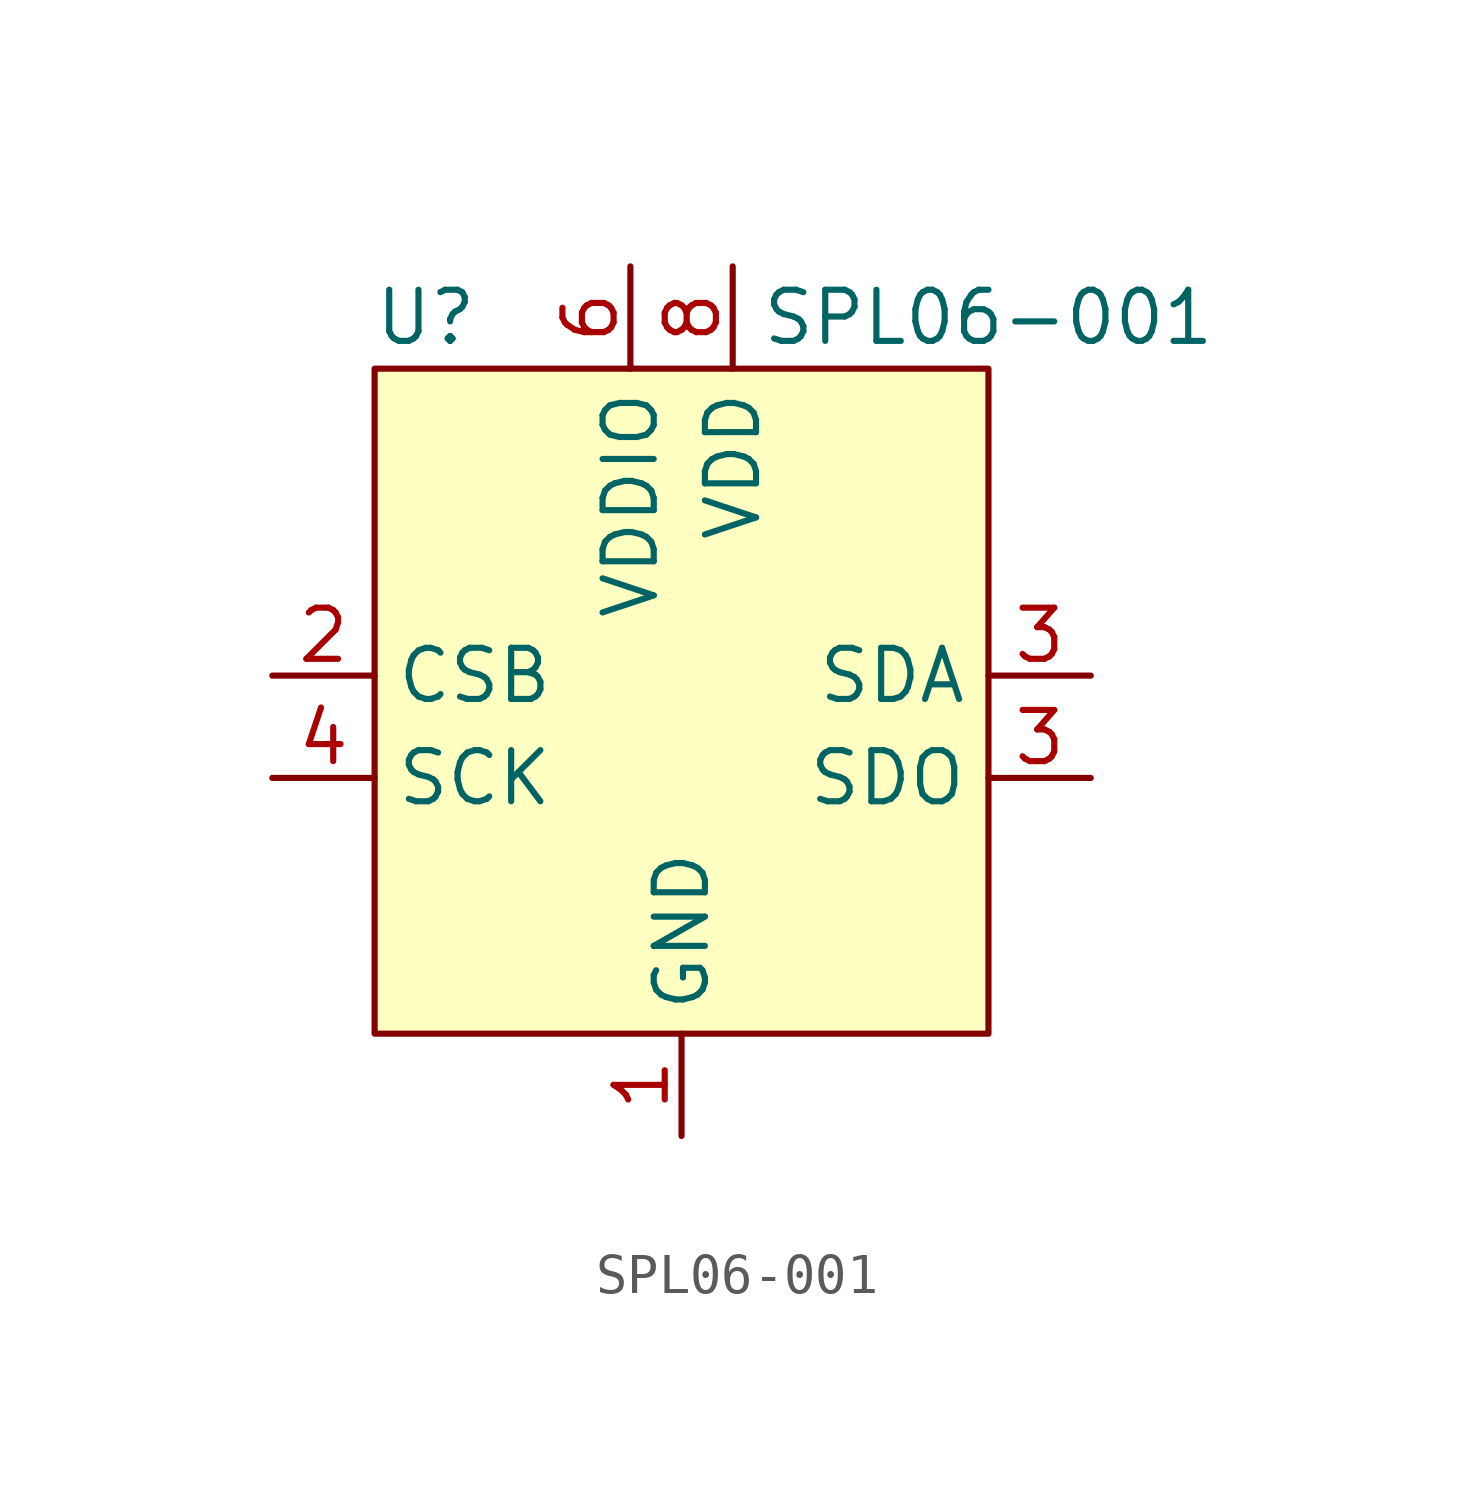
<source format=kicad_sym>
(kicad_symbol_lib
  (version 20220914)
  (generator kicad_symbol_editor)
  (symbol "SPL06-001"
    (property "Reference" "U"
      (at -6.35 11.43 0)
      (do_not_autoplace)
      (effects (font (size 1.27 1.27))))
    (property "Value" "SPL06-001"
      (at 7.62 11.43 0)
      (do_not_autoplace)
      (effects (font (size 1.27 1.27))))
    (symbol "SPL06-001_1_1"
      (rectangle (start -7.62 10.16) (end 7.62 -6.35) (stroke (width 0) (type default)) (fill (type background)))
      (pin power_in line (at 0 -8.89 90) (length 2.54) (name "GND" (effects (font (size 1.27 1.27)))) (number "1" (effects (font (size 1.27 1.27)))))
      (pin input line (at -10.16 2.54 0) (length 2.54) (name "CSB" (effects (font (size 1.27 1.27)))) (number "2" (effects (font (size 1.27 1.27)))))
      (pin bidirectional line (at 10.16 2.54 180) (length 2.54) (name "SDA" (effects (font (size 1.27 1.27)))) (number "3" (effects (font (size 1.27 1.27)))))
      (pin output line (at 10.16 0 180) (length 2.54) (name "SDO" (effects (font (size 1.27 1.27)))) (number "3" (effects (font (size 1.27 1.27)))))
      (pin input line (at -10.16 0 0) (length 2.54) (name "SCK" (effects (font (size 1.27 1.27)))) (number "4" (effects (font (size 1.27 1.27)))))
      (pin power_in line (at -1.27 12.7 270) (length 2.54) (name "VDDIO" (effects (font (size 1.27 1.27)))) (number "6" (effects (font (size 1.27 1.27)))))
      (pin power_in line (at 0 -8.89 90) (length 2.54) hide (name "GND" (effects (font (size 1.27 1.27)))) (number "7" (effects (font (size 1.27 1.27)))))
      (pin power_in line (at 1.27 12.7 270) (length 2.54) (name "VDD" (effects (font (size 1.27 1.27)))) (number "8" (effects (font (size 1.27 1.27))))))))
</source>
